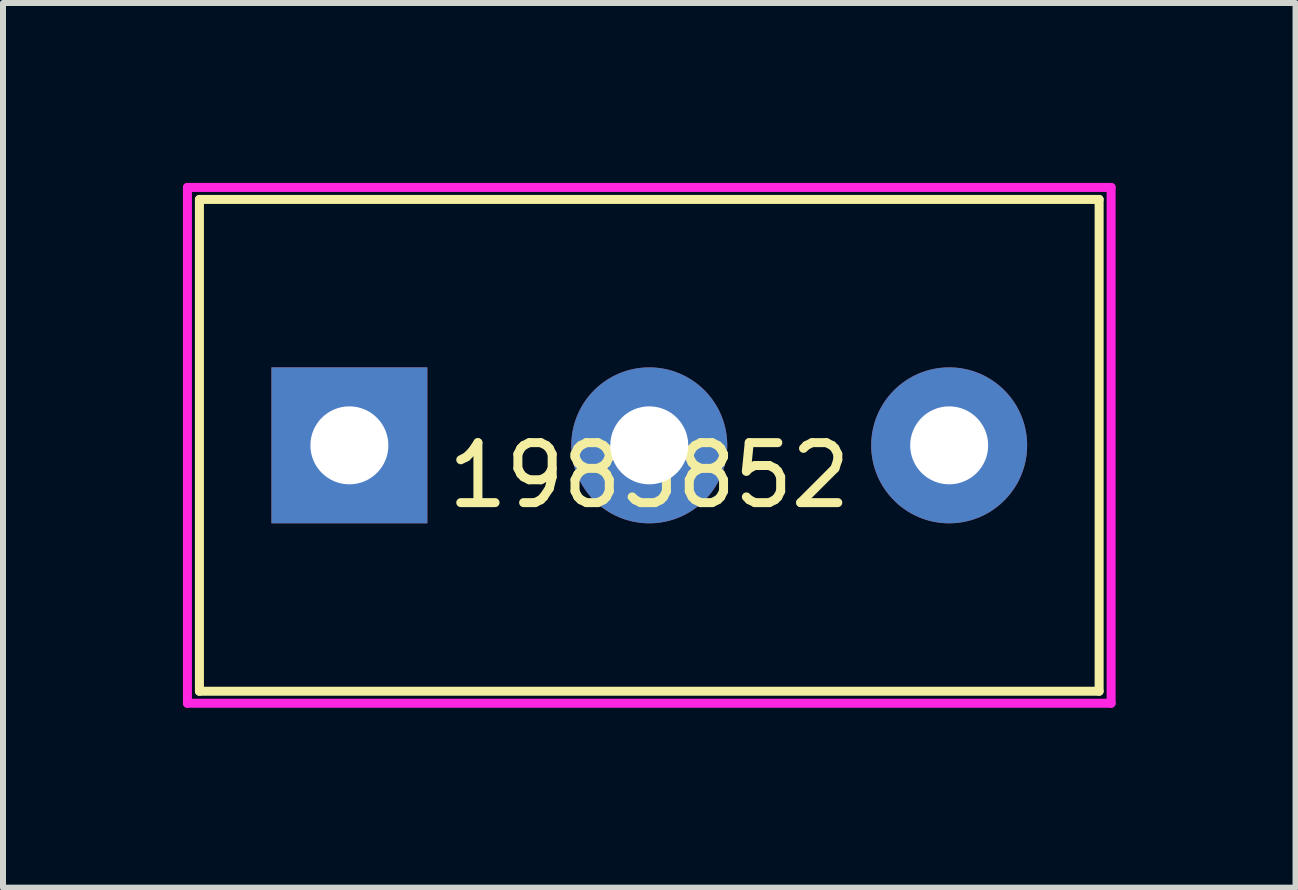
<source format=kicad_pcb>
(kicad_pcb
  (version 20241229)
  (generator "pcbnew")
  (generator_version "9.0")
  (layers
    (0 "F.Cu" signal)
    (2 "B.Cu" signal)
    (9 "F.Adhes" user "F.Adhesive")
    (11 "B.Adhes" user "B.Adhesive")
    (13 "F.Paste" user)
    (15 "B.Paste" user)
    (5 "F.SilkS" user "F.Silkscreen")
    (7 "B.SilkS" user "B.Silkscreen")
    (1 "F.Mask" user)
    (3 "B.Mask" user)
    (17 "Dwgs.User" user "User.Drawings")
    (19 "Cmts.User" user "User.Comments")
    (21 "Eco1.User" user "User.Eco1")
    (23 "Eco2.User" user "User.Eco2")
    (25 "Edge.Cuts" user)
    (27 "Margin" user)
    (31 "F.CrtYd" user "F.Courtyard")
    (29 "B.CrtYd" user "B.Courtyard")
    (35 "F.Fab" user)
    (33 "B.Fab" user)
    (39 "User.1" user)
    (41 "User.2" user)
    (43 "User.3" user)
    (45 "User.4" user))
  (footprint "1985852"
    (layer "F.Cu")
    (at 7.775 4.375)
    (property "Reference" "1985852" (at 0 0.5 0) (layer "F.SilkS") (effects (font (size 1 1) (thickness 0.15))))
    (attr through_hole)
    (fp_line (start -7.5 -4.1) (end 7.5 -4.1) (stroke (width 0.15) (type solid)) (layer "F.SilkS"))
    (fp_line (start -7.5 4.1) (end -7.5 -4.1) (stroke (width 0.15) (type solid)) (layer "F.SilkS"))
    (fp_line (start 7.5 -4.1) (end 7.5 4.1) (stroke (width 0.15) (type solid)) (layer "F.SilkS"))
    (fp_line (start 7.5 4.1) (end -7.5 4.1) (stroke (width 0.15) (type solid)) (layer "F.SilkS"))
    (fp_line (start -7.7 -4.3) (end 7.7 -4.3) (stroke (width 0.15) (type solid)) (layer "F.CrtYd"))
    (fp_line (start -7.7 4.3) (end -7.7 -4.3) (stroke (width 0.15) (type solid)) (layer "F.CrtYd"))
    (fp_line (start 7.7 -4.3) (end 7.7 4.3) (stroke (width 0.15) (type solid)) (layer "F.CrtYd"))
    (fp_line (start 7.7 4.3) (end -7.7 4.3) (stroke (width 0.15) (type solid)) (layer "F.CrtYd"))
    (pad "1" thru_hole rect (at -5 0) (size 2.6 2.6) (drill 1.3) (layers "*.Cu" "*.Mask"))
    (pad "2" thru_hole circle (at 0 0) (size 2.6 2.6) (drill 1.3) (layers "*.Cu" "*.Mask"))
    (pad "3" thru_hole circle (at 5 0) (size 2.6 2.6) (drill 1.3) (layers "*.Cu" "*.Mask")))
  (gr_rect
    (start -3 -3)
    (end 18.55 11.75)
    (stroke (width 0.1) (type default))
    (fill no)
    (layer "Edge.Cuts")))
</source>
